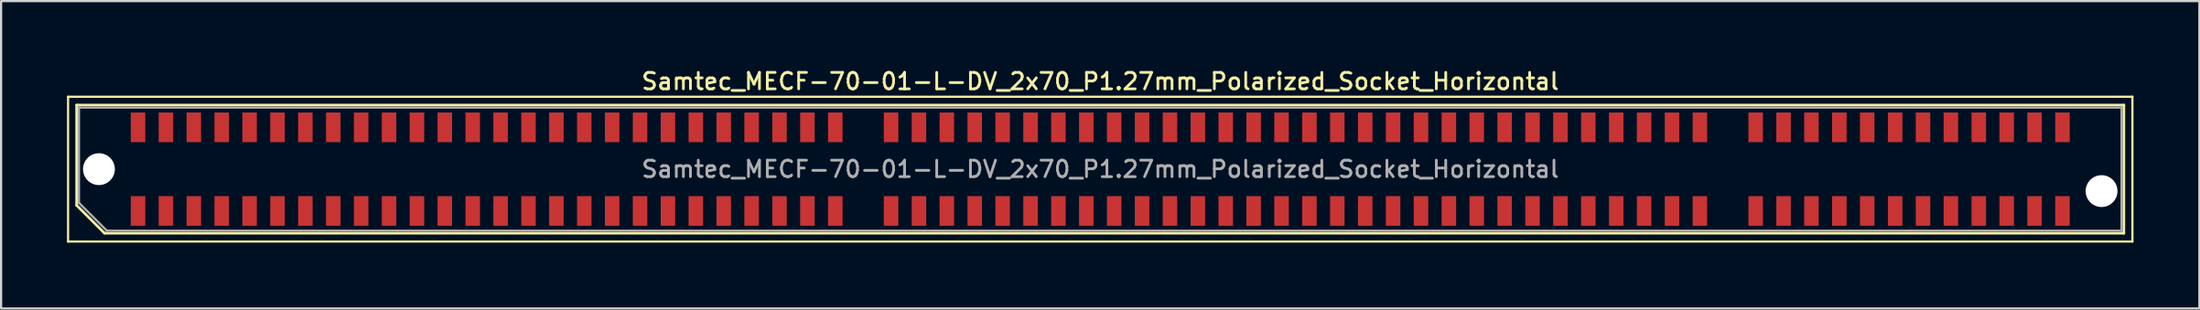
<source format=kicad_pcb>
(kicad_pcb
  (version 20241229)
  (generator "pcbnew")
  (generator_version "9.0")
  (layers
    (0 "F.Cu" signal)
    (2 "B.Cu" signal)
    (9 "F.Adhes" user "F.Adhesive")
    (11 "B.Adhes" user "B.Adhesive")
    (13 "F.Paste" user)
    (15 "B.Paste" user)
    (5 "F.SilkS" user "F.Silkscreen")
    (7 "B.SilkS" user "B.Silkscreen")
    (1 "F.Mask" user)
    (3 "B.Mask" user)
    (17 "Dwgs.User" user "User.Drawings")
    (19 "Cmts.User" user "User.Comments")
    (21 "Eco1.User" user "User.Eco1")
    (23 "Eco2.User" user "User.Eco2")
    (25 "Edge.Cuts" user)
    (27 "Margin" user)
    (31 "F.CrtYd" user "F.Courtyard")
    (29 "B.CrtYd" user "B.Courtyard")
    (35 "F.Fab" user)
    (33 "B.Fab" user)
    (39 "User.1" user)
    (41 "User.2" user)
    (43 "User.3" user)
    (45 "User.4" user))
  (footprint "Samtec_MECF-70-01-L-DV_2x70_P1.27mm_Polarized_Socket_Horizontal"
    (layer "F.Cu")
    (at 47.05 4.658)
    (property "Reference" "Samtec_MECF-70-01-L-DV_2x70_P1.27mm_Polarized_Socket_Horizontal" (at 0 -4 0) (layer "F.SilkS") (effects (font (size 0.75 0.75) (thickness 0.125))))
    (attr smd)
    (fp_line (start -47 -3.3) (end -47 3.3) (stroke (width 0.1) (type solid)) (layer "F.SilkS"))
    (fp_line (start -47 3.3) (end 47 3.3) (stroke (width 0.1) (type solid)) (layer "F.SilkS"))
    (fp_line (start -46.61 -2.92) (end 46.61 -2.92) (stroke (width 0.12) (type solid)) (layer "F.SilkS"))
    (fp_line (start -46.61 1.65) (end -46.61 -2.92) (stroke (width 0.12) (type solid)) (layer "F.SilkS"))
    (fp_line (start -45.34 2.92) (end -46.61 1.65) (stroke (width 0.12) (type solid)) (layer "F.SilkS"))
    (fp_line (start -45.34 2.92) (end 46.61 2.92) (stroke (width 0.12) (type solid)) (layer "F.SilkS"))
    (fp_line (start 46.61 2.92) (end 46.61 -2.92) (stroke (width 0.12) (type solid)) (layer "F.SilkS"))
    (fp_line (start 47 -3.3) (end -47 -3.3) (stroke (width 0.1) (type solid)) (layer "F.SilkS"))
    (fp_line (start 47 3.3) (end 47 -3.3) (stroke (width 0.1) (type solid)) (layer "F.SilkS"))
    (fp_line (start -46.505 -2.805) (end 46.505 -2.805) (stroke (width 0.1) (type solid)) (layer "F.Fab"))
    (fp_line (start -46.505 1.535) (end -46.505 -2.805) (stroke (width 0.1) (type solid)) (layer "F.Fab"))
    (fp_line (start -46.505 1.535) (end -45.235 2.805) (stroke (width 0.1) (type solid)) (layer "F.Fab"))
    (fp_line (start -45.235 2.805) (end 46.505 2.805) (stroke (width 0.1) (type solid)) (layer "F.Fab"))
    (fp_line (start 46.505 2.805) (end 46.505 -2.805) (stroke (width 0.1) (type solid)) (layer "F.Fab"))
    (fp_text user "${REFERENCE}" (at 0 0 0) (layer "F.Fab") (effects (font (size 0.75 0.75) (thickness 0.125))))
    (pad "" np_thru_hole circle (at -45.595 0) (size 1.45 1.45) (drill 1.45) (layers "*.Cu" "*.Mask"))
    (pad "" np_thru_hole circle (at 45.595 1) (size 1.45 1.45) (drill 1.45) (layers "*.Cu" "*.Mask"))
    (pad "1" smd rect (at -43.815 1.905) (size 0.66 1.35) (layers "F.Cu" "F.Mask" "F.Paste"))
    (pad "2" smd rect (at -43.815 -1.905) (size 0.66 1.35) (layers "F.Cu" "F.Mask" "F.Paste"))
    (pad "3" smd rect (at -42.545 1.905) (size 0.66 1.35) (layers "F.Cu" "F.Mask" "F.Paste"))
    (pad "4" smd rect (at -42.545 -1.905) (size 0.66 1.35) (layers "F.Cu" "F.Mask" "F.Paste"))
    (pad "5" smd rect (at -41.275 1.905) (size 0.66 1.35) (layers "F.Cu" "F.Mask" "F.Paste"))
    (pad "6" smd rect (at -41.275 -1.905) (size 0.66 1.35) (layers "F.Cu" "F.Mask" "F.Paste"))
    (pad "7" smd rect (at -40.005 1.905) (size 0.66 1.35) (layers "F.Cu" "F.Mask" "F.Paste"))
    (pad "8" smd rect (at -40.005 -1.905) (size 0.66 1.35) (layers "F.Cu" "F.Mask" "F.Paste"))
    (pad "9" smd rect (at -38.735 1.905) (size 0.66 1.35) (layers "F.Cu" "F.Mask" "F.Paste"))
    (pad "10" smd rect (at -38.735 -1.905) (size 0.66 1.35) (layers "F.Cu" "F.Mask" "F.Paste"))
    (pad "11" smd rect (at -37.465 1.905) (size 0.66 1.35) (layers "F.Cu" "F.Mask" "F.Paste"))
    (pad "12" smd rect (at -37.465 -1.905) (size 0.66 1.35) (layers "F.Cu" "F.Mask" "F.Paste"))
    (pad "13" smd rect (at -36.195 1.905) (size 0.66 1.35) (layers "F.Cu" "F.Mask" "F.Paste"))
    (pad "14" smd rect (at -36.195 -1.905) (size 0.66 1.35) (layers "F.Cu" "F.Mask" "F.Paste"))
    (pad "15" smd rect (at -34.925 1.905) (size 0.66 1.35) (layers "F.Cu" "F.Mask" "F.Paste"))
    (pad "16" smd rect (at -34.925 -1.905) (size 0.66 1.35) (layers "F.Cu" "F.Mask" "F.Paste"))
    (pad "17" smd rect (at -33.655 1.905) (size 0.66 1.35) (layers "F.Cu" "F.Mask" "F.Paste"))
    (pad "18" smd rect (at -33.655 -1.905) (size 0.66 1.35) (layers "F.Cu" "F.Mask" "F.Paste"))
    (pad "19" smd rect (at -32.385 1.905) (size 0.66 1.35) (layers "F.Cu" "F.Mask" "F.Paste"))
    (pad "20" smd rect (at -32.385 -1.905) (size 0.66 1.35) (layers "F.Cu" "F.Mask" "F.Paste"))
    (pad "21" smd rect (at -31.115 1.905) (size 0.66 1.35) (layers "F.Cu" "F.Mask" "F.Paste"))
    (pad "22" smd rect (at -31.115 -1.905) (size 0.66 1.35) (layers "F.Cu" "F.Mask" "F.Paste"))
    (pad "23" smd rect (at -29.845 1.905) (size 0.66 1.35) (layers "F.Cu" "F.Mask" "F.Paste"))
    (pad "24" smd rect (at -29.845 -1.905) (size 0.66 1.35) (layers "F.Cu" "F.Mask" "F.Paste"))
    (pad "25" smd rect (at -28.575 1.905) (size 0.66 1.35) (layers "F.Cu" "F.Mask" "F.Paste"))
    (pad "26" smd rect (at -28.575 -1.905) (size 0.66 1.35) (layers "F.Cu" "F.Mask" "F.Paste"))
    (pad "27" smd rect (at -27.305 1.905) (size 0.66 1.35) (layers "F.Cu" "F.Mask" "F.Paste"))
    (pad "28" smd rect (at -27.305 -1.905) (size 0.66 1.35) (layers "F.Cu" "F.Mask" "F.Paste"))
    (pad "29" smd rect (at -26.035 1.905) (size 0.66 1.35) (layers "F.Cu" "F.Mask" "F.Paste"))
    (pad "30" smd rect (at -26.035 -1.905) (size 0.66 1.35) (layers "F.Cu" "F.Mask" "F.Paste"))
    (pad "31" smd rect (at -24.765 1.905) (size 0.66 1.35) (layers "F.Cu" "F.Mask" "F.Paste"))
    (pad "32" smd rect (at -24.765 -1.905) (size 0.66 1.35) (layers "F.Cu" "F.Mask" "F.Paste"))
    (pad "33" smd rect (at -23.495 1.905) (size 0.66 1.35) (layers "F.Cu" "F.Mask" "F.Paste"))
    (pad "34" smd rect (at -23.495 -1.905) (size 0.66 1.35) (layers "F.Cu" "F.Mask" "F.Paste"))
    (pad "35" smd rect (at -22.225 1.905) (size 0.66 1.35) (layers "F.Cu" "F.Mask" "F.Paste"))
    (pad "36" smd rect (at -22.225 -1.905) (size 0.66 1.35) (layers "F.Cu" "F.Mask" "F.Paste"))
    (pad "37" smd rect (at -20.955 1.905) (size 0.66 1.35) (layers "F.Cu" "F.Mask" "F.Paste"))
    (pad "38" smd rect (at -20.955 -1.905) (size 0.66 1.35) (layers "F.Cu" "F.Mask" "F.Paste"))
    (pad "39" smd rect (at -19.685 1.905) (size 0.66 1.35) (layers "F.Cu" "F.Mask" "F.Paste"))
    (pad "40" smd rect (at -19.685 -1.905) (size 0.66 1.35) (layers "F.Cu" "F.Mask" "F.Paste"))
    (pad "41" smd rect (at -18.415 1.905) (size 0.66 1.35) (layers "F.Cu" "F.Mask" "F.Paste"))
    (pad "42" smd rect (at -18.415 -1.905) (size 0.66 1.35) (layers "F.Cu" "F.Mask" "F.Paste"))
    (pad "43" smd rect (at -17.145 1.905) (size 0.66 1.35) (layers "F.Cu" "F.Mask" "F.Paste"))
    (pad "44" smd rect (at -17.145 -1.905) (size 0.66 1.35) (layers "F.Cu" "F.Mask" "F.Paste"))
    (pad "45" smd rect (at -15.875 1.905) (size 0.66 1.35) (layers "F.Cu" "F.Mask" "F.Paste"))
    (pad "46" smd rect (at -15.875 -1.905) (size 0.66 1.35) (layers "F.Cu" "F.Mask" "F.Paste"))
    (pad "47" smd rect (at -14.605 1.905) (size 0.66 1.35) (layers "F.Cu" "F.Mask" "F.Paste"))
    (pad "48" smd rect (at -14.605 -1.905) (size 0.66 1.35) (layers "F.Cu" "F.Mask" "F.Paste"))
    (pad "49" smd rect (at -13.335 1.905) (size 0.66 1.35) (layers "F.Cu" "F.Mask" "F.Paste"))
    (pad "50" smd rect (at -13.335 -1.905) (size 0.66 1.35) (layers "F.Cu" "F.Mask" "F.Paste"))
    (pad "51" smd rect (at -12.065 1.905) (size 0.66 1.35) (layers "F.Cu" "F.Mask" "F.Paste"))
    (pad "52" smd rect (at -12.065 -1.905) (size 0.66 1.35) (layers "F.Cu" "F.Mask" "F.Paste"))
    (pad "55" smd rect (at -9.525 1.905) (size 0.66 1.35) (layers "F.Cu" "F.Mask" "F.Paste"))
    (pad "56" smd rect (at -9.525 -1.905) (size 0.66 1.35) (layers "F.Cu" "F.Mask" "F.Paste"))
    (pad "57" smd rect (at -8.255 1.905) (size 0.66 1.35) (layers "F.Cu" "F.Mask" "F.Paste"))
    (pad "58" smd rect (at -8.255 -1.905) (size 0.66 1.35) (layers "F.Cu" "F.Mask" "F.Paste"))
    (pad "59" smd rect (at -6.985 1.905) (size 0.66 1.35) (layers "F.Cu" "F.Mask" "F.Paste"))
    (pad "60" smd rect (at -6.985 -1.905) (size 0.66 1.35) (layers "F.Cu" "F.Mask" "F.Paste"))
    (pad "61" smd rect (at -5.715 1.905) (size 0.66 1.35) (layers "F.Cu" "F.Mask" "F.Paste"))
    (pad "62" smd rect (at -5.715 -1.905) (size 0.66 1.35) (layers "F.Cu" "F.Mask" "F.Paste"))
    (pad "63" smd rect (at -4.445 1.905) (size 0.66 1.35) (layers "F.Cu" "F.Mask" "F.Paste"))
    (pad "64" smd rect (at -4.445 -1.905) (size 0.66 1.35) (layers "F.Cu" "F.Mask" "F.Paste"))
    (pad "65" smd rect (at -3.175 1.905) (size 0.66 1.35) (layers "F.Cu" "F.Mask" "F.Paste"))
    (pad "66" smd rect (at -3.175 -1.905) (size 0.66 1.35) (layers "F.Cu" "F.Mask" "F.Paste"))
    (pad "67" smd rect (at -1.905 1.905) (size 0.66 1.35) (layers "F.Cu" "F.Mask" "F.Paste"))
    (pad "68" smd rect (at -1.905 -1.905) (size 0.66 1.35) (layers "F.Cu" "F.Mask" "F.Paste"))
    (pad "69" smd rect (at -0.635 1.905) (size 0.66 1.35) (layers "F.Cu" "F.Mask" "F.Paste"))
    (pad "70" smd rect (at -0.635 -1.905) (size 0.66 1.35) (layers "F.Cu" "F.Mask" "F.Paste"))
    (pad "71" smd rect (at 0.635 1.905) (size 0.66 1.35) (layers "F.Cu" "F.Mask" "F.Paste"))
    (pad "72" smd rect (at 0.635 -1.905) (size 0.66 1.35) (layers "F.Cu" "F.Mask" "F.Paste"))
    (pad "73" smd rect (at 1.905 1.905) (size 0.66 1.35) (layers "F.Cu" "F.Mask" "F.Paste"))
    (pad "74" smd rect (at 1.905 -1.905) (size 0.66 1.35) (layers "F.Cu" "F.Mask" "F.Paste"))
    (pad "75" smd rect (at 3.175 1.905) (size 0.66 1.35) (layers "F.Cu" "F.Mask" "F.Paste"))
    (pad "76" smd rect (at 3.175 -1.905) (size 0.66 1.35) (layers "F.Cu" "F.Mask" "F.Paste"))
    (pad "77" smd rect (at 4.445 1.905) (size 0.66 1.35) (layers "F.Cu" "F.Mask" "F.Paste"))
    (pad "78" smd rect (at 4.445 -1.905) (size 0.66 1.35) (layers "F.Cu" "F.Mask" "F.Paste"))
    (pad "79" smd rect (at 5.715 1.905) (size 0.66 1.35) (layers "F.Cu" "F.Mask" "F.Paste"))
    (pad "80" smd rect (at 5.715 -1.905) (size 0.66 1.35) (layers "F.Cu" "F.Mask" "F.Paste"))
    (pad "81" smd rect (at 6.985 1.905) (size 0.66 1.35) (layers "F.Cu" "F.Mask" "F.Paste"))
    (pad "82" smd rect (at 6.985 -1.905) (size 0.66 1.35) (layers "F.Cu" "F.Mask" "F.Paste"))
    (pad "83" smd rect (at 8.255 1.905) (size 0.66 1.35) (layers "F.Cu" "F.Mask" "F.Paste"))
    (pad "84" smd rect (at 8.255 -1.905) (size 0.66 1.35) (layers "F.Cu" "F.Mask" "F.Paste"))
    (pad "85" smd rect (at 9.525 1.905) (size 0.66 1.35) (layers "F.Cu" "F.Mask" "F.Paste"))
    (pad "86" smd rect (at 9.525 -1.905) (size 0.66 1.35) (layers "F.Cu" "F.Mask" "F.Paste"))
    (pad "87" smd rect (at 10.795 1.905) (size 0.66 1.35) (layers "F.Cu" "F.Mask" "F.Paste"))
    (pad "88" smd rect (at 10.795 -1.905) (size 0.66 1.35) (layers "F.Cu" "F.Mask" "F.Paste"))
    (pad "89" smd rect (at 12.065 1.905) (size 0.66 1.35) (layers "F.Cu" "F.Mask" "F.Paste"))
    (pad "90" smd rect (at 12.065 -1.905) (size 0.66 1.35) (layers "F.Cu" "F.Mask" "F.Paste"))
    (pad "91" smd rect (at 13.335 1.905) (size 0.66 1.35) (layers "F.Cu" "F.Mask" "F.Paste"))
    (pad "92" smd rect (at 13.335 -1.905) (size 0.66 1.35) (layers "F.Cu" "F.Mask" "F.Paste"))
    (pad "93" smd rect (at 14.605 1.905) (size 0.66 1.35) (layers "F.Cu" "F.Mask" "F.Paste"))
    (pad "94" smd rect (at 14.605 -1.905) (size 0.66 1.35) (layers "F.Cu" "F.Mask" "F.Paste"))
    (pad "95" smd rect (at 15.875 1.905) (size 0.66 1.35) (layers "F.Cu" "F.Mask" "F.Paste"))
    (pad "96" smd rect (at 15.875 -1.905) (size 0.66 1.35) (layers "F.Cu" "F.Mask" "F.Paste"))
    (pad "97" smd rect (at 17.145 1.905) (size 0.66 1.35) (layers "F.Cu" "F.Mask" "F.Paste"))
    (pad "98" smd rect (at 17.145 -1.905) (size 0.66 1.35) (layers "F.Cu" "F.Mask" "F.Paste"))
    (pad "99" smd rect (at 18.415 1.905) (size 0.66 1.35) (layers "F.Cu" "F.Mask" "F.Paste"))
    (pad "100" smd rect (at 18.415 -1.905) (size 0.66 1.35) (layers "F.Cu" "F.Mask" "F.Paste"))
    (pad "101" smd rect (at 19.685 1.905) (size 0.66 1.35) (layers "F.Cu" "F.Mask" "F.Paste"))
    (pad "102" smd rect (at 19.685 -1.905) (size 0.66 1.35) (layers "F.Cu" "F.Mask" "F.Paste"))
    (pad "103" smd rect (at 20.955 1.905) (size 0.66 1.35) (layers "F.Cu" "F.Mask" "F.Paste"))
    (pad "104" smd rect (at 20.955 -1.905) (size 0.66 1.35) (layers "F.Cu" "F.Mask" "F.Paste"))
    (pad "105" smd rect (at 22.225 1.905) (size 0.66 1.35) (layers "F.Cu" "F.Mask" "F.Paste"))
    (pad "106" smd rect (at 22.225 -1.905) (size 0.66 1.35) (layers "F.Cu" "F.Mask" "F.Paste"))
    (pad "107" smd rect (at 23.495 1.905) (size 0.66 1.35) (layers "F.Cu" "F.Mask" "F.Paste"))
    (pad "108" smd rect (at 23.495 -1.905) (size 0.66 1.35) (layers "F.Cu" "F.Mask" "F.Paste"))
    (pad "109" smd rect (at 24.765 1.905) (size 0.66 1.35) (layers "F.Cu" "F.Mask" "F.Paste"))
    (pad "110" smd rect (at 24.765 -1.905) (size 0.66 1.35) (layers "F.Cu" "F.Mask" "F.Paste"))
    (pad "111" smd rect (at 26.035 1.905) (size 0.66 1.35) (layers "F.Cu" "F.Mask" "F.Paste"))
    (pad "112" smd rect (at 26.035 -1.905) (size 0.66 1.35) (layers "F.Cu" "F.Mask" "F.Paste"))
    (pad "113" smd rect (at 27.305 1.905) (size 0.66 1.35) (layers "F.Cu" "F.Mask" "F.Paste"))
    (pad "114" smd rect (at 27.305 -1.905) (size 0.66 1.35) (layers "F.Cu" "F.Mask" "F.Paste"))
    (pad "117" smd rect (at 29.845 1.905) (size 0.66 1.35) (layers "F.Cu" "F.Mask" "F.Paste"))
    (pad "118" smd rect (at 29.845 -1.905) (size 0.66 1.35) (layers "F.Cu" "F.Mask" "F.Paste"))
    (pad "119" smd rect (at 31.115 1.905) (size 0.66 1.35) (layers "F.Cu" "F.Mask" "F.Paste"))
    (pad "120" smd rect (at 31.115 -1.905) (size 0.66 1.35) (layers "F.Cu" "F.Mask" "F.Paste"))
    (pad "121" smd rect (at 32.385 1.905) (size 0.66 1.35) (layers "F.Cu" "F.Mask" "F.Paste"))
    (pad "122" smd rect (at 32.385 -1.905) (size 0.66 1.35) (layers "F.Cu" "F.Mask" "F.Paste"))
    (pad "123" smd rect (at 33.655 1.905) (size 0.66 1.35) (layers "F.Cu" "F.Mask" "F.Paste"))
    (pad "124" smd rect (at 33.655 -1.905) (size 0.66 1.35) (layers "F.Cu" "F.Mask" "F.Paste"))
    (pad "125" smd rect (at 34.925 1.905) (size 0.66 1.35) (layers "F.Cu" "F.Mask" "F.Paste"))
    (pad "126" smd rect (at 34.925 -1.905) (size 0.66 1.35) (layers "F.Cu" "F.Mask" "F.Paste"))
    (pad "127" smd rect (at 36.195 1.905) (size 0.66 1.35) (layers "F.Cu" "F.Mask" "F.Paste"))
    (pad "128" smd rect (at 36.195 -1.905) (size 0.66 1.35) (layers "F.Cu" "F.Mask" "F.Paste"))
    (pad "129" smd rect (at 37.465 1.905) (size 0.66 1.35) (layers "F.Cu" "F.Mask" "F.Paste"))
    (pad "130" smd rect (at 37.465 -1.905) (size 0.66 1.35) (layers "F.Cu" "F.Mask" "F.Paste"))
    (pad "131" smd rect (at 38.735 1.905) (size 0.66 1.35) (layers "F.Cu" "F.Mask" "F.Paste"))
    (pad "132" smd rect (at 38.735 -1.905) (size 0.66 1.35) (layers "F.Cu" "F.Mask" "F.Paste"))
    (pad "133" smd rect (at 40.005 1.905) (size 0.66 1.35) (layers "F.Cu" "F.Mask" "F.Paste"))
    (pad "134" smd rect (at 40.005 -1.905) (size 0.66 1.35) (layers "F.Cu" "F.Mask" "F.Paste"))
    (pad "135" smd rect (at 41.275 1.905) (size 0.66 1.35) (layers "F.Cu" "F.Mask" "F.Paste"))
    (pad "136" smd rect (at 41.275 -1.905) (size 0.66 1.35) (layers "F.Cu" "F.Mask" "F.Paste"))
    (pad "137" smd rect (at 42.545 1.905) (size 0.66 1.35) (layers "F.Cu" "F.Mask" "F.Paste"))
    (pad "138" smd rect (at 42.545 -1.905) (size 0.66 1.35) (layers "F.Cu" "F.Mask" "F.Paste"))
    (pad "139" smd rect (at 43.815 1.905) (size 0.66 1.35) (layers "F.Cu" "F.Mask" "F.Paste"))
    (pad "140" smd rect (at 43.815 -1.905) (size 0.66 1.35) (layers "F.Cu" "F.Mask" "F.Paste")))
  (gr_rect
    (start -3 -3)
    (end 97.1 11.008)
    (stroke (width 0.1) (type default))
    (fill no)
    (layer "Edge.Cuts")))
</source>
